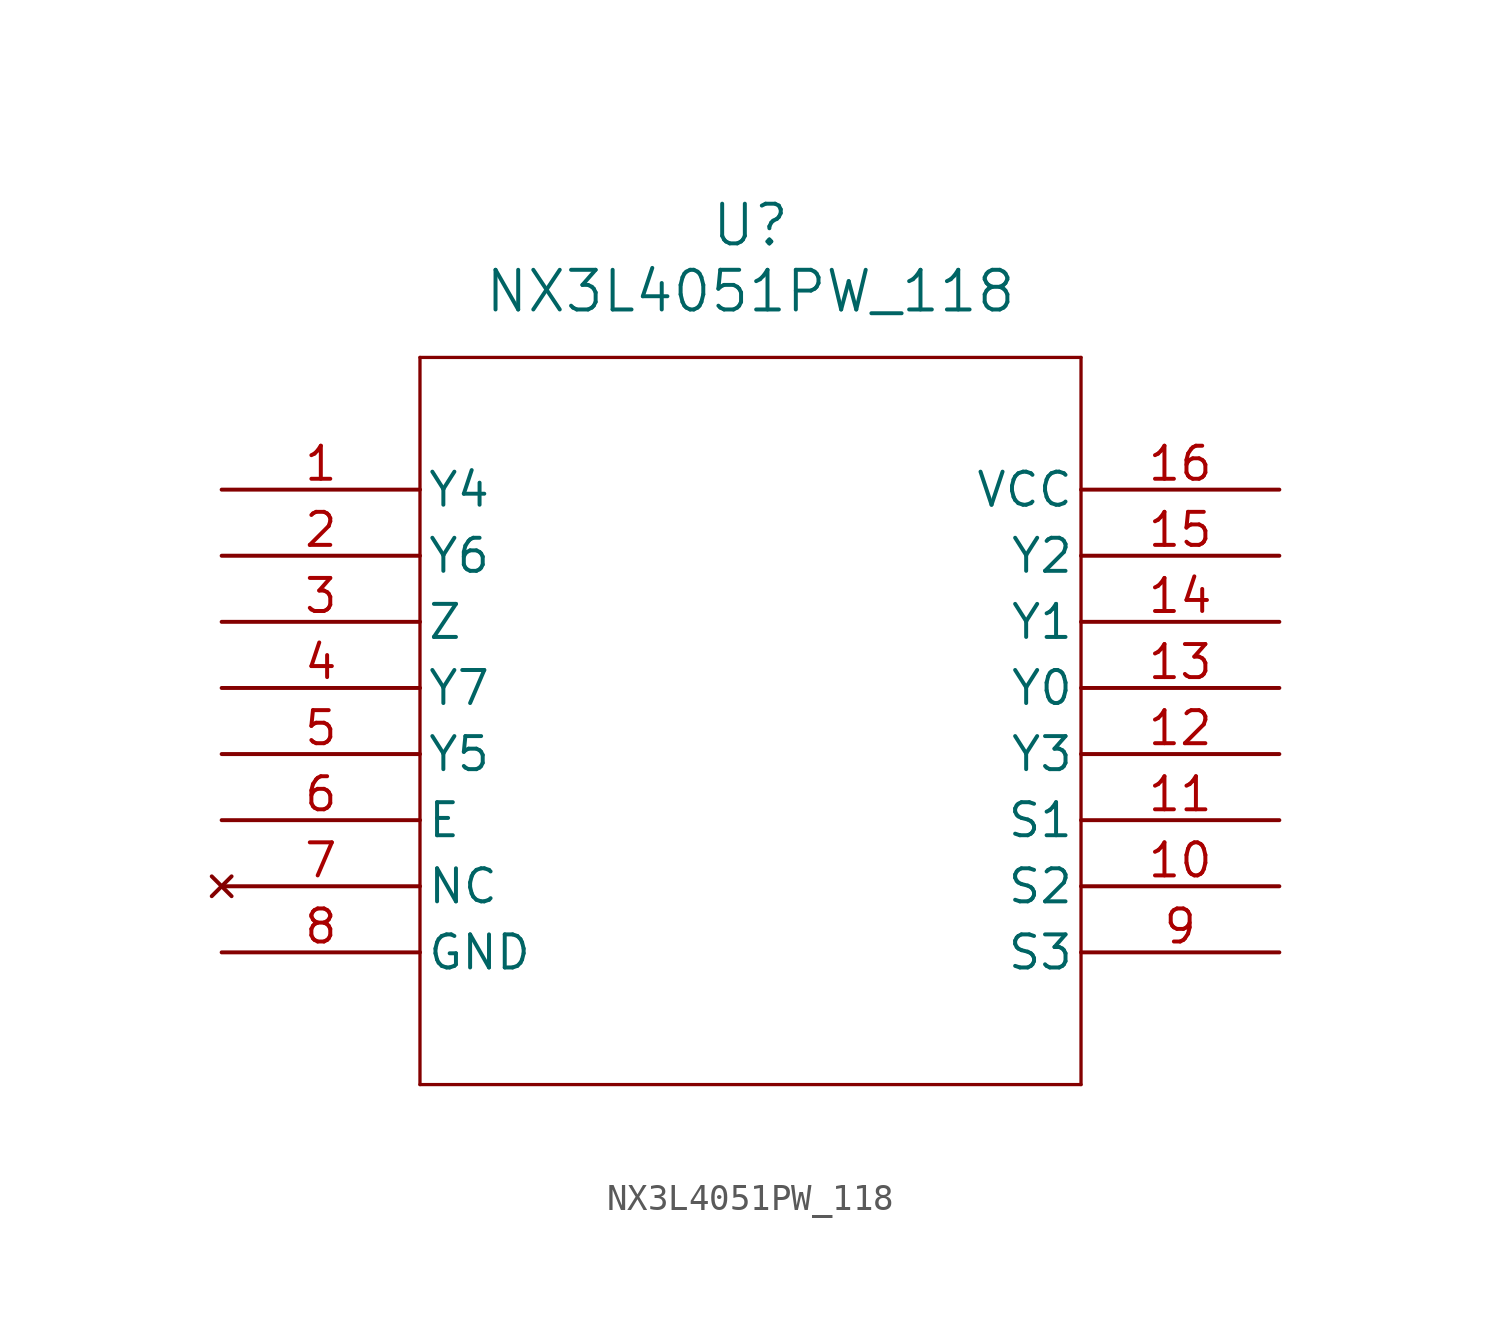
<source format=kicad_sym>
(kicad_symbol_lib
  (version 20211014)
  (generator kicad_symbol_editor)
  (symbol "NX3L4051PW_118"
    (pin_names
      (offset 0.254))
    (property "Reference" "U"
      (at 20.32 10.16 0)
      (effects (font (size 1.524 1.524))))
    (property "Value" "NX3L4051PW_118"
      (at 20.32 7.62 0)
      (effects (font (size 1.524 1.524))))
    (symbol "NX3L4051PW_118_0_1"
      (polyline (pts (xy 7.62 5.08) (xy 7.62 -22.86)) (stroke (width 0.127) (type default) (color 0 0 0 0)) (fill (type none)))
      (polyline (pts (xy 7.62 -22.86) (xy 33.02 -22.86)) (stroke (width 0.127) (type default) (color 0 0 0 0)) (fill (type none)))
      (polyline (pts (xy 33.02 -22.86) (xy 33.02 5.08)) (stroke (width 0.127) (type default) (color 0 0 0 0)) (fill (type none)))
      (polyline (pts (xy 33.02 5.08) (xy 7.62 5.08)) (stroke (width 0.127) (type default) (color 0 0 0 0)) (fill (type none)))
      (pin bidirectional line (at 0 0 0) (length 7.62) (name "Y4" (effects (font (size 1.27 1.27)))) (number "1" (effects (font (size 1.27 1.27)))))
      (pin bidirectional line (at 0 -2.54 0) (length 7.62) (name "Y6" (effects (font (size 1.27 1.27)))) (number "2" (effects (font (size 1.27 1.27)))))
      (pin bidirectional line (at 0 -5.08 0) (length 7.62) (name "Z" (effects (font (size 1.27 1.27)))) (number "3" (effects (font (size 1.27 1.27)))))
      (pin bidirectional line (at 0 -7.62 0) (length 7.62) (name "Y7" (effects (font (size 1.27 1.27)))) (number "4" (effects (font (size 1.27 1.27)))))
      (pin bidirectional line (at 0 -10.16 0) (length 7.62) (name "Y5" (effects (font (size 1.27 1.27)))) (number "5" (effects (font (size 1.27 1.27)))))
      (pin input line (at 0 -12.7 0) (length 7.62) (name "E" (effects (font (size 1.27 1.27)))) (number "6" (effects (font (size 1.27 1.27)))))
      (pin no_connect line (at 0 -15.24 0) (length 7.62) (name "NC" (effects (font (size 1.27 1.27)))) (number "7" (effects (font (size 1.27 1.27)))))
      (pin power_out line (at 0 -17.78 0) (length 7.62) (name "GND" (effects (font (size 1.27 1.27)))) (number "8" (effects (font (size 1.27 1.27)))))
      (pin input line (at 40.64 -17.78 180) (length 7.62) (name "S3" (effects (font (size 1.27 1.27)))) (number "9" (effects (font (size 1.27 1.27)))))
      (pin input line (at 40.64 -15.24 180) (length 7.62) (name "S2" (effects (font (size 1.27 1.27)))) (number "10" (effects (font (size 1.27 1.27)))))
      (pin input line (at 40.64 -12.7 180) (length 7.62) (name "S1" (effects (font (size 1.27 1.27)))) (number "11" (effects (font (size 1.27 1.27)))))
      (pin bidirectional line (at 40.64 -10.16 180) (length 7.62) (name "Y3" (effects (font (size 1.27 1.27)))) (number "12" (effects (font (size 1.27 1.27)))))
      (pin bidirectional line (at 40.64 -7.62 180) (length 7.62) (name "Y0" (effects (font (size 1.27 1.27)))) (number "13" (effects (font (size 1.27 1.27)))))
      (pin bidirectional line (at 40.64 -5.08 180) (length 7.62) (name "Y1" (effects (font (size 1.27 1.27)))) (number "14" (effects (font (size 1.27 1.27)))))
      (pin bidirectional line (at 40.64 -2.54 180) (length 7.62) (name "Y2" (effects (font (size 1.27 1.27)))) (number "15" (effects (font (size 1.27 1.27)))))
      (pin power_in line (at 40.64 0 180) (length 7.62) (name "VCC" (effects (font (size 1.27 1.27)))) (number "16" (effects (font (size 1.27 1.27))))))))
</source>
